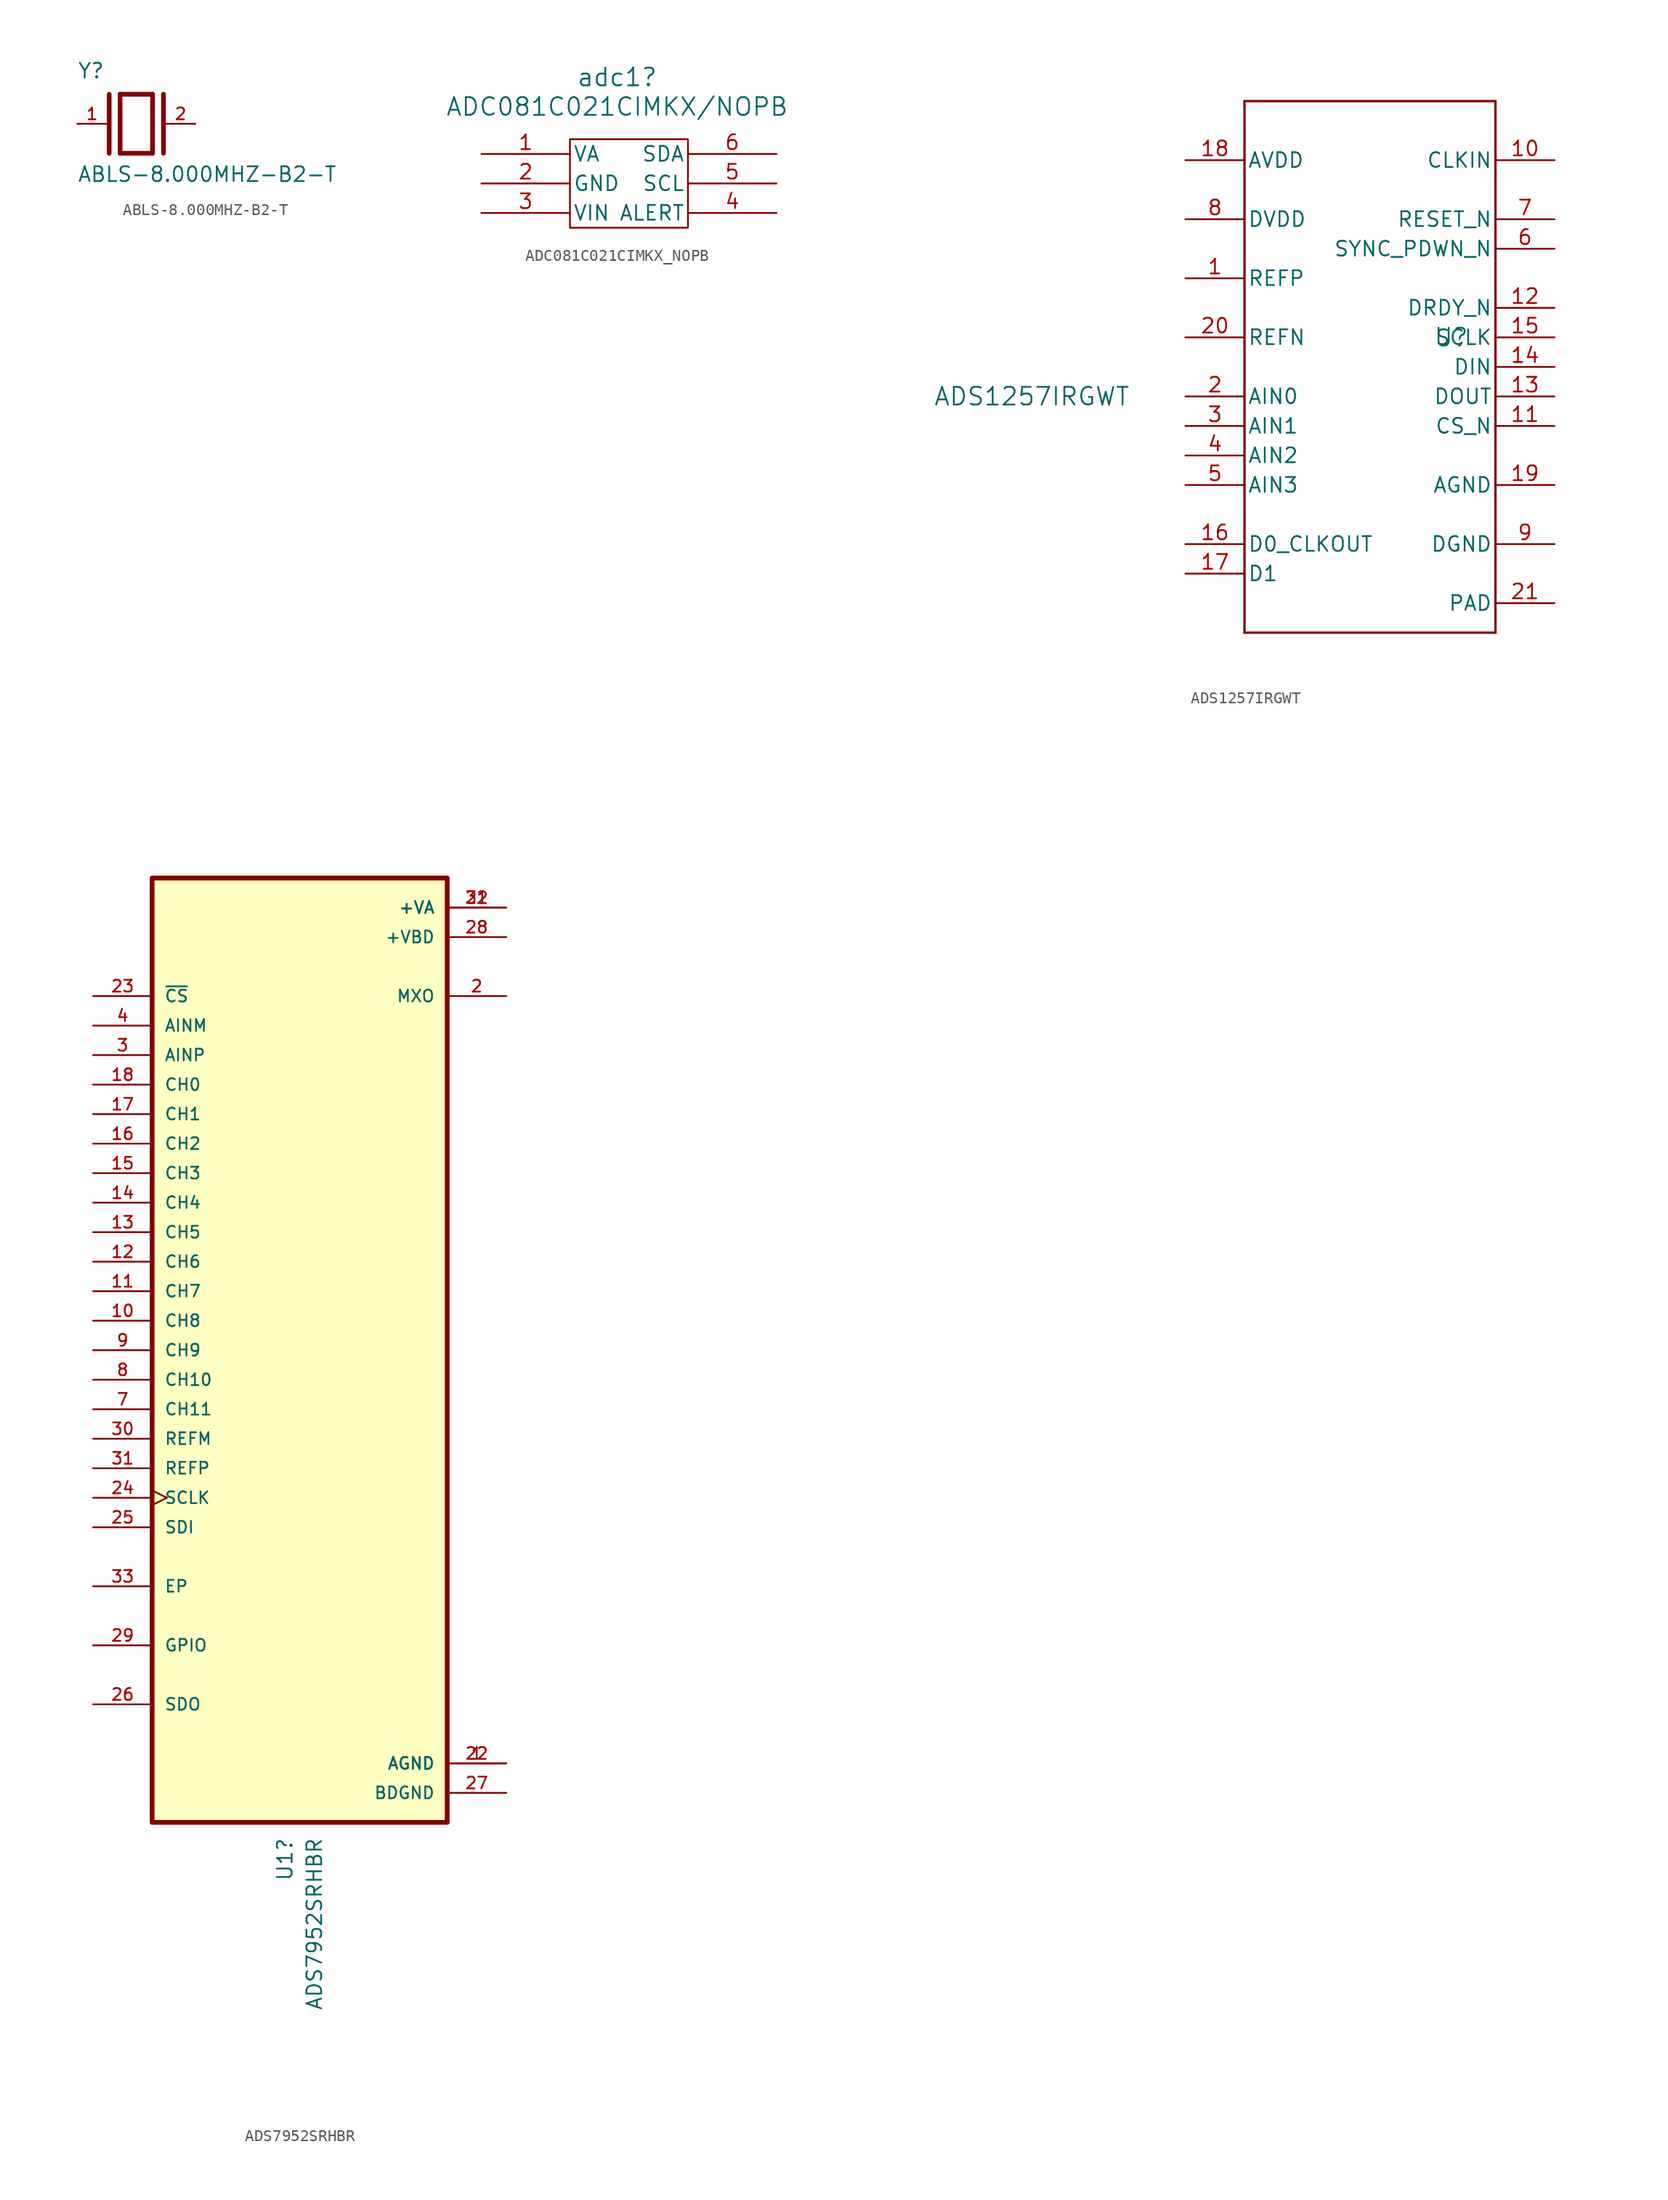
<source format=kicad_sym>
(kicad_symbol_lib
  (version 20231120)
  (generator "kicad_symbol_editor")
  (generator_version "8.0")
  (symbol "ABLS-8.000MHZ-B2-T"
    (pin_names
      (offset 1.016))
    (property "Reference" "Y"
      (at -5.088 3.816 0)
      (effects (font (size 1.27 1.27)) (justify left bottom)))
    (property "Value" "ABLS-8.000MHZ-B2-T"
      (at -5.094 -5.094 0)
      (effects (font (size 1.27 1.27)) (justify left bottom)))
    (symbol "ABLS-8.000MHZ-B2-T_0_0"
      (polyline (pts (xy -2.337 2.54) (xy -2.337 -2.54)) (stroke (width 0.406) (type default)) (fill (type none)))
      (polyline (pts (xy -1.397 2.54) (xy -1.397 -2.54)) (stroke (width 0.406) (type default)) (fill (type none)))
      (polyline (pts (xy -1.397 2.54) (xy 1.397 2.54)) (stroke (width 0.406) (type default)) (fill (type none)))
      (polyline (pts (xy 1.397 -2.54) (xy -1.397 -2.54)) (stroke (width 0.406) (type default)) (fill (type none)))
      (polyline (pts (xy 1.397 2.54) (xy 1.397 -2.54)) (stroke (width 0.406) (type default)) (fill (type none)))
      (polyline (pts (xy 2.337 2.54) (xy 2.337 -2.54)) (stroke (width 0.406) (type default)) (fill (type none)))
      (pin passive line (at -5.08 0 0) (length 2.54) (name "~" (effects (font (size 1.016 1.016)))) (number "1" (effects (font (size 1.016 1.016)))))
      (pin passive line (at 5.08 0 180) (length 2.54) (name "~" (effects (font (size 1.016 1.016)))) (number "2" (effects (font (size 1.016 1.016)))))))
  (symbol "ADC081C021CIMKX_NOPB"
    (pin_names
      (offset 0.254))
    (property "Reference" "adc1"
      (at 11.684 6.604 0)
      (effects (font (size 1.524 1.524))))
    (property "Value" "ADC081C021CIMKX/NOPB"
      (at 11.684 4.064 0)
      (effects (font (size 1.524 1.524))))
    (symbol "ADC081C021CIMKX_NOPB_0_1"
      (polyline (pts (xy 7.62 -6.35) (xy 7.62 1.27) (xy 17.78 1.27) (xy 17.78 -6.35) (xy 7.62 -6.35)) (stroke (width 0) (type default)) (fill (type none)))
      (pin power_in line (at 0 0 0) (length 7.62) (name "VA" (effects (font (size 1.27 1.27)))) (number "1" (effects (font (size 1.27 1.27)))))
      (pin power_in line (at 0 -2.54 0) (length 7.62) (name "GND" (effects (font (size 1.27 1.27)))) (number "2" (effects (font (size 1.27 1.27)))))
      (pin input line (at 0 -5.08 0) (length 7.62) (name "VIN" (effects (font (size 1.27 1.27)))) (number "3" (effects (font (size 1.27 1.27)))))
      (pin unspecified line (at 25.4 -5.08 180) (length 7.62) (name "ALERT" (effects (font (size 1.27 1.27)))) (number "4" (effects (font (size 1.27 1.27)))))
      (pin input line (at 25.4 -2.54 180) (length 7.62) (name "SCL" (effects (font (size 1.27 1.27)))) (number "5" (effects (font (size 1.27 1.27)))))
      (pin bidirectional line (at 25.4 0 180) (length 7.62) (name "SDA" (effects (font (size 1.27 1.27)))) (number "6" (effects (font (size 1.27 1.27)))))))
  (symbol "ADS1257IRGWT"
    (pin_names
      (offset 0.254))
    (property "Reference" "U"
      (at 0 2.54 0)
      (effects (font (size 1.524 1.524))))
    (property "Value" "ADS1257IRGWT"
      (at -36.068 -2.54 0)
      (effects (font (size 1.524 1.524))))
    (symbol "ADS1257IRGWT_0_1"
      (polyline (pts (xy -17.78 -22.86) (xy 3.81 -22.86)) (stroke (width 0.203) (type default)) (fill (type none)))
      (polyline (pts (xy -17.78 22.86) (xy -17.78 -22.86)) (stroke (width 0.203) (type default)) (fill (type none)))
      (polyline (pts (xy 3.81 -22.86) (xy 3.81 22.86)) (stroke (width 0.203) (type default)) (fill (type none)))
      (polyline (pts (xy 3.81 22.86) (xy -17.78 22.86)) (stroke (width 0.203) (type default)) (fill (type none)))
      (pin input line (at -22.86 7.62 0) (length 5.08) (name "REFP" (effects (font (size 1.27 1.27)))) (number "1" (effects (font (size 1.27 1.27)))))
      (pin input line (at 8.89 17.78 180) (length 5.08) (name "CLKIN" (effects (font (size 1.27 1.27)))) (number "10" (effects (font (size 1.27 1.27)))))
      (pin input line (at 8.89 -5.08 180) (length 5.08) (name "CS_N" (effects (font (size 1.27 1.27)))) (number "11" (effects (font (size 1.27 1.27)))))
      (pin output line (at 8.89 5.08 180) (length 5.08) (name "DRDY_N" (effects (font (size 1.27 1.27)))) (number "12" (effects (font (size 1.27 1.27)))))
      (pin output line (at 8.89 -2.54 180) (length 5.08) (name "DOUT" (effects (font (size 1.27 1.27)))) (number "13" (effects (font (size 1.27 1.27)))))
      (pin input line (at 8.89 0 180) (length 5.08) (name "DIN" (effects (font (size 1.27 1.27)))) (number "14" (effects (font (size 1.27 1.27)))))
      (pin input line (at 8.89 2.54 180) (length 5.08) (name "SCLK" (effects (font (size 1.27 1.27)))) (number "15" (effects (font (size 1.27 1.27)))))
      (pin bidirectional line (at -22.86 -15.24 0) (length 5.08) (name "D0_CLKOUT" (effects (font (size 1.27 1.27)))) (number "16" (effects (font (size 1.27 1.27)))))
      (pin bidirectional line (at -22.86 -17.78 0) (length 5.08) (name "D1" (effects (font (size 1.27 1.27)))) (number "17" (effects (font (size 1.27 1.27)))))
      (pin power_in line (at -22.86 17.78 0) (length 5.08) (name "AVDD" (effects (font (size 1.27 1.27)))) (number "18" (effects (font (size 1.27 1.27)))))
      (pin power_in line (at 8.89 -10.16 180) (length 5.08) (name "AGND" (effects (font (size 1.27 1.27)))) (number "19" (effects (font (size 1.27 1.27)))))
      (pin input line (at -22.86 -2.54 0) (length 5.08) (name "AIN0" (effects (font (size 1.27 1.27)))) (number "2" (effects (font (size 1.27 1.27)))))
      (pin input line (at -22.86 2.54 0) (length 5.08) (name "REFN" (effects (font (size 1.27 1.27)))) (number "20" (effects (font (size 1.27 1.27)))))
      (pin power_in line (at 8.89 -20.32 180) (length 5.08) (name "PAD" (effects (font (size 1.27 1.27)))) (number "21" (effects (font (size 1.27 1.27)))))
      (pin input line (at -22.86 -5.08 0) (length 5.08) (name "AIN1" (effects (font (size 1.27 1.27)))) (number "3" (effects (font (size 1.27 1.27)))))
      (pin input line (at -22.86 -7.62 0) (length 5.08) (name "AIN2" (effects (font (size 1.27 1.27)))) (number "4" (effects (font (size 1.27 1.27)))))
      (pin input line (at -22.86 -10.16 0) (length 5.08) (name "AIN3" (effects (font (size 1.27 1.27)))) (number "5" (effects (font (size 1.27 1.27)))))
      (pin input line (at 8.89 10.16 180) (length 5.08) (name "SYNC_PDWN_N" (effects (font (size 1.27 1.27)))) (number "6" (effects (font (size 1.27 1.27)))))
      (pin input line (at 8.89 12.7 180) (length 5.08) (name "RESET_N" (effects (font (size 1.27 1.27)))) (number "7" (effects (font (size 1.27 1.27)))))
      (pin power_in line (at -22.86 12.7 0) (length 5.08) (name "DVDD" (effects (font (size 1.27 1.27)))) (number "8" (effects (font (size 1.27 1.27)))))
      (pin power_in line (at 8.89 -15.24 180) (length 5.08) (name "DGND" (effects (font (size 1.27 1.27)))) (number "9" (effects (font (size 1.27 1.27)))))))
  (symbol "ADS7952SRHBR"
    (pin_names
      (offset 1.016))
    (property "Reference" "U1"
      (at -1.27 -41.91 90)
      (effects (font (size 1.27 1.27)) (justify right)))
    (property "Value" "ADS7952SRHBR"
      (at 1.27 -41.91 90)
      (effects (font (size 1.27 1.27)) (justify right)))
    (symbol "ADS7952SRHBR_0_0"
      (rectangle (start -12.7 -40.64) (end 12.7 40.64) (stroke (width 0.41) (type default)) (fill (type background)))
      (pin power_in line (at 17.78 -35.56 180) (length 5.08) (name "AGND" (effects (font (size 1.016 1.016)))) (number "1" (effects (font (size 1.016 1.016)))))
      (pin input line (at -17.78 2.54 0) (length 5.08) (name "CH8" (effects (font (size 1.016 1.016)))) (number "10" (effects (font (size 1.016 1.016)))))
      (pin input line (at -17.78 5.08 0) (length 5.08) (name "CH7" (effects (font (size 1.016 1.016)))) (number "11" (effects (font (size 1.016 1.016)))))
      (pin input line (at -17.78 7.62 0) (length 5.08) (name "CH6" (effects (font (size 1.016 1.016)))) (number "12" (effects (font (size 1.016 1.016)))))
      (pin input line (at -17.78 10.16 0) (length 5.08) (name "CH5" (effects (font (size 1.016 1.016)))) (number "13" (effects (font (size 1.016 1.016)))))
      (pin input line (at -17.78 12.7 0) (length 5.08) (name "CH4" (effects (font (size 1.016 1.016)))) (number "14" (effects (font (size 1.016 1.016)))))
      (pin input line (at -17.78 15.24 0) (length 5.08) (name "CH3" (effects (font (size 1.016 1.016)))) (number "15" (effects (font (size 1.016 1.016)))))
      (pin input line (at -17.78 17.78 0) (length 5.08) (name "CH2" (effects (font (size 1.016 1.016)))) (number "16" (effects (font (size 1.016 1.016)))))
      (pin input line (at -17.78 20.32 0) (length 5.08) (name "CH1" (effects (font (size 1.016 1.016)))) (number "17" (effects (font (size 1.016 1.016)))))
      (pin input line (at -17.78 22.86 0) (length 5.08) (name "CH0" (effects (font (size 1.016 1.016)))) (number "18" (effects (font (size 1.016 1.016)))))
      (pin output line (at 17.78 30.48 180) (length 5.08) (name "MXO" (effects (font (size 1.016 1.016)))) (number "2" (effects (font (size 1.016 1.016)))))
      (pin power_in line (at 17.78 38.1 180) (length 5.08) (name "+VA" (effects (font (size 1.016 1.016)))) (number "21" (effects (font (size 1.016 1.016)))))
      (pin power_in line (at 17.78 -35.56 180) (length 5.08) (name "AGND" (effects (font (size 1.016 1.016)))) (number "22" (effects (font (size 1.016 1.016)))))
      (pin input line (at -17.78 30.48 0) (length 5.08) (name "~{CS}" (effects (font (size 1.016 1.016)))) (number "23" (effects (font (size 1.016 1.016)))))
      (pin input clock (at -17.78 -12.7 0) (length 5.08) (name "SCLK" (effects (font (size 1.016 1.016)))) (number "24" (effects (font (size 1.016 1.016)))))
      (pin input line (at -17.78 -15.24 0) (length 5.08) (name "SDI" (effects (font (size 1.016 1.016)))) (number "25" (effects (font (size 1.016 1.016)))))
      (pin bidirectional line (at -17.78 -30.48 0) (length 5.08) (name "SDO" (effects (font (size 1.016 1.016)))) (number "26" (effects (font (size 1.016 1.016)))))
      (pin power_in line (at 17.78 -38.1 180) (length 5.08) (name "BDGND" (effects (font (size 1.016 1.016)))) (number "27" (effects (font (size 1.016 1.016)))))
      (pin power_in line (at 17.78 35.56 180) (length 5.08) (name "+VBD" (effects (font (size 1.016 1.016)))) (number "28" (effects (font (size 1.016 1.016)))))
      (pin bidirectional line (at -17.78 -25.4 0) (length 5.08) (name "GPIO" (effects (font (size 1.016 1.016)))) (number "29" (effects (font (size 1.016 1.016)))))
      (pin input line (at -17.78 25.4 0) (length 5.08) (name "AINP" (effects (font (size 1.016 1.016)))) (number "3" (effects (font (size 1.016 1.016)))))
      (pin input line (at -17.78 -7.62 0) (length 5.08) (name "REFM" (effects (font (size 1.016 1.016)))) (number "30" (effects (font (size 1.016 1.016)))))
      (pin input line (at -17.78 -10.16 0) (length 5.08) (name "REFP" (effects (font (size 1.016 1.016)))) (number "31" (effects (font (size 1.016 1.016)))))
      (pin power_in line (at 17.78 38.1 180) (length 5.08) (name "+VA" (effects (font (size 1.016 1.016)))) (number "32" (effects (font (size 1.016 1.016)))))
      (pin bidirectional line (at -17.78 -20.32 0) (length 5.08) (name "EP" (effects (font (size 1.016 1.016)))) (number "33" (effects (font (size 1.016 1.016)))))
      (pin input line (at -17.78 27.94 0) (length 5.08) (name "AINM" (effects (font (size 1.016 1.016)))) (number "4" (effects (font (size 1.016 1.016)))))
      (pin input line (at -17.78 -5.08 0) (length 5.08) (name "CH11" (effects (font (size 1.016 1.016)))) (number "7" (effects (font (size 1.016 1.016)))))
      (pin input line (at -17.78 -2.54 0) (length 5.08) (name "CH10" (effects (font (size 1.016 1.016)))) (number "8" (effects (font (size 1.016 1.016)))))
      (pin input line (at -17.78 0 0) (length 5.08) (name "CH9" (effects (font (size 1.016 1.016)))) (number "9" (effects (font (size 1.016 1.016))))))))
</source>
